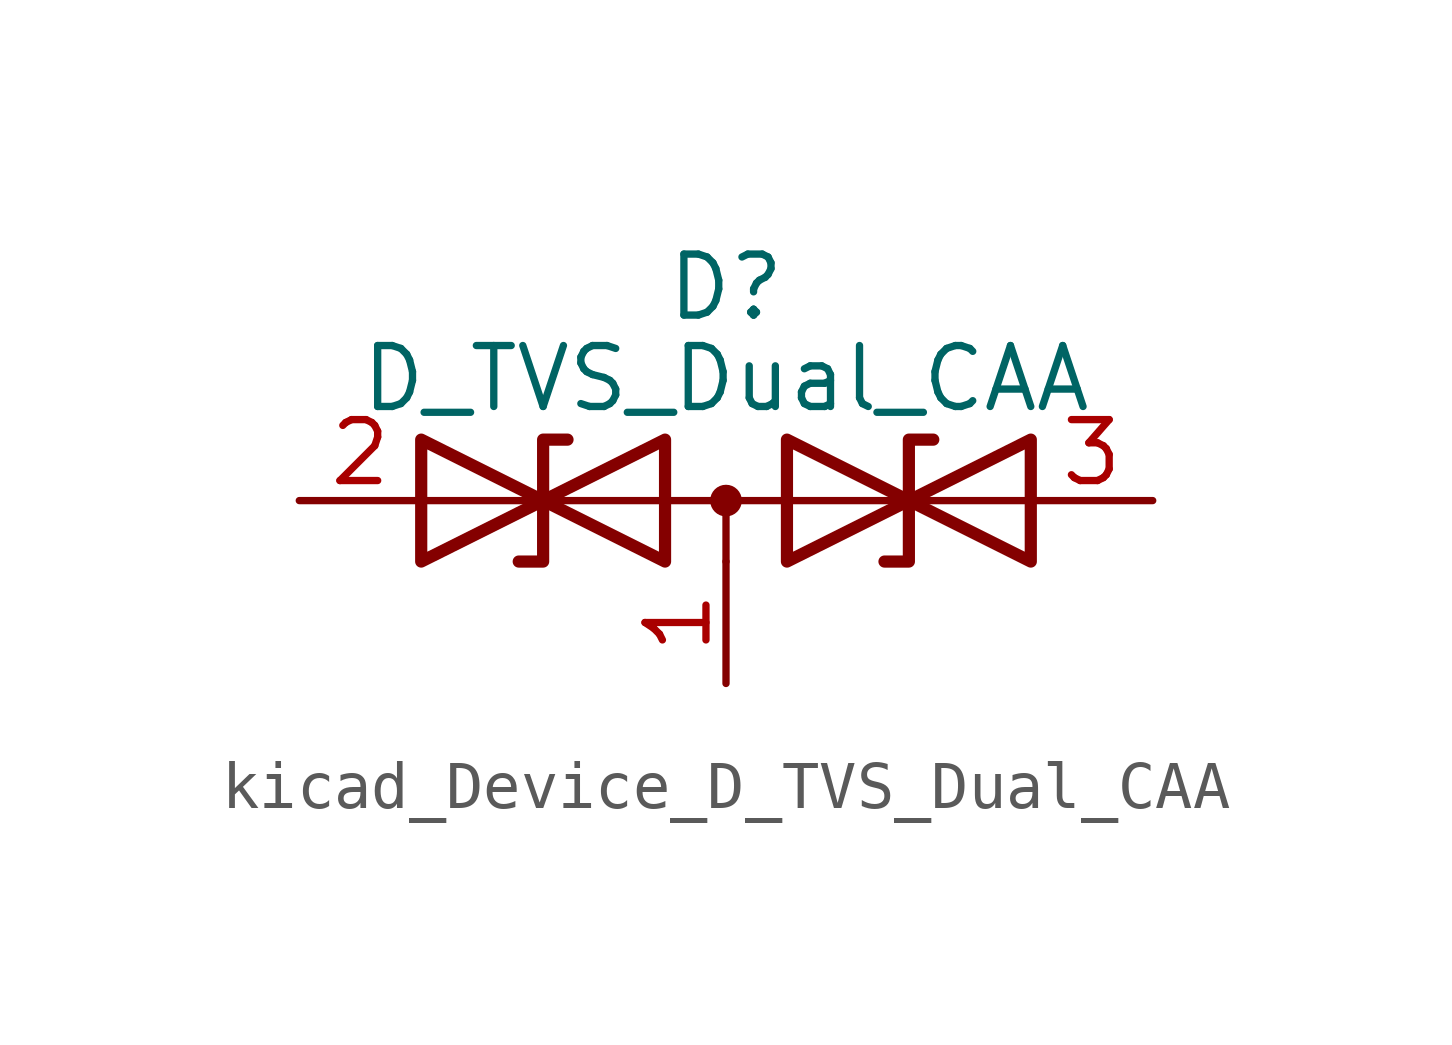
<source format=kicad_sym>
(kicad_symbol_lib
  (version 20220914)
  (generator kicad_symbol_editor)
  (symbol "kicad_Device_D_TVS_Dual_CAA"
    (pin_names
      (offset 1.016) hide)
    (property "Reference" "D"
      (at 0 4.445 0)
      (effects (font (size 1.27 1.27))))
    (property "Value" "D_TVS_Dual_CAA"
      (at 0 2.54 0)
      (effects (font (size 1.27 1.27))))
    (symbol "kicad_Device_D_TVS_Dual_CAA_0_1"
      (polyline (pts (xy -6.35 0) (xy 6.35 0)) (stroke (width 0) (type default)) (fill (type none)))
      (polyline (pts (xy 0 0) (xy 0 -1.27)) (stroke (width 0) (type default)) (fill (type none)))
      (polyline (pts (xy -3.302 1.27) (xy -3.81 1.27) (xy -3.81 -1.27) (xy -4.318 -1.27)) (stroke (width 0.254) (type default)) (fill (type none)))
      (polyline (pts (xy 4.318 1.27) (xy 3.81 1.27) (xy 3.81 -1.27) (xy 3.302 -1.27)) (stroke (width 0.254) (type default)) (fill (type none)))
      (polyline (pts (xy -6.35 -1.27) (xy -1.27 1.27) (xy -1.27 -1.27) (xy -6.35 1.27) (xy -6.35 -1.27)) (stroke (width 0.254) (type default)) (fill (type none)))
      (polyline (pts (xy 1.27 1.016) (xy 1.27 -1.27) (xy 6.35 1.27) (xy 6.35 -1.27) (xy 1.27 1.27) (xy 1.27 1.016)) (stroke (width 0.254) (type default)) (fill (type none)))
      (circle (center 0 0) (radius 0.254) (stroke (width 0) (type default)) (fill (type outline))))
    (symbol "kicad_Device_D_TVS_Dual_CAA_1_1"
      (pin input line (at 0 -3.81 90) (length 2.54) (name "common" (effects (font (size 1.27 1.27)))) (number "1" (effects (font (size 1.27 1.27)))))
      (pin passive line (at -8.89 0 0) (length 2.54) (name "A1" (effects (font (size 1.27 1.27)))) (number "2" (effects (font (size 1.27 1.27)))))
      (pin passive line (at 8.89 0 180) (length 2.54) (name "A2" (effects (font (size 1.27 1.27)))) (number "3" (effects (font (size 1.27 1.27))))))))
</source>
